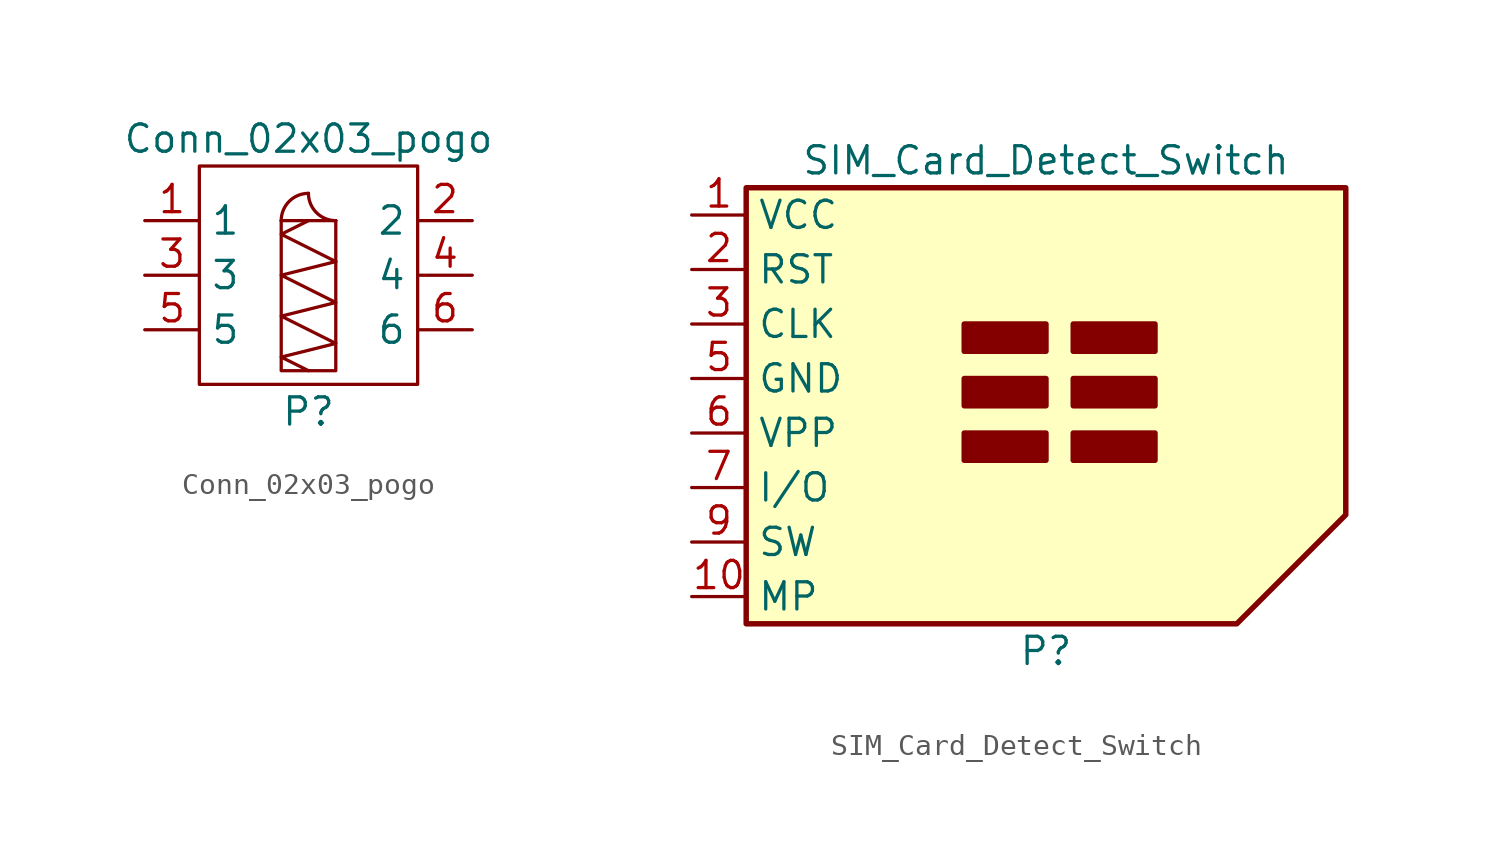
<source format=kicad_sym>
(kicad_symbol_lib
  (version 20211014)
  (generator kicad_symbol_editor)
  (symbol "Conn_02x03_pogo"
    (property "Reference" "P"
      (at 0 -6.35 0)
      (effects (font (size 1.27 1.27))))
    (property "Value" "Conn_02x03_pogo"
      (at 0 6.35 0)
      (effects (font (size 1.27 1.27))))
    (symbol "Conn_02x03_pogo_0_1"
      (rectangle (start -5.08 5.08) (end 5.08 -5.08) (stroke (width 0) (type default) (color 0 0 0 0)) (fill (type none)))
      (polyline (pts (xy -1.27 2.54) (xy 1.27 2.54)) (stroke (width 0) (type default) (color 0 0 0 0)) (fill (type none)))
      (polyline (pts (xy 1.27 0.635) (xy -1.27 1.905) (xy 0 2.54)) (stroke (width 0) (type default) (color 0 0 0 0)) (fill (type none)))
      (polyline (pts (xy -1.27 2.54) (xy -1.27 -4.445) (xy 1.27 -4.445) (xy 1.27 2.54)) (stroke (width 0) (type default) (color 0 0 0 0)) (fill (type none)))
      (polyline (pts (xy 0 -4.445) (xy -1.27 -3.81) (xy 1.27 -3.175) (xy -1.27 -1.905) (xy 1.27 -1.27) (xy -1.27 0) (xy 1.27 0.635)) (stroke (width 0) (type default) (color 0 0 0 0)) (fill (type none)))
      (arc (start 0 3.81) (mid -0.898 3.438) (end -1.27 2.54) (stroke (width 0) (type default) (color 0 0 0 0)) (fill (type none)))
      (arc (start 0 3.81) (mid -0.898 1.642) (end 1.27 2.54) (stroke (width 0) (type default) (color 0 0 0 0)) (fill (type none))))
    (symbol "Conn_02x03_pogo_1_1"
      (pin passive line (at -7.62 2.54 0) (length 2.54) (name "1" (effects (font (size 1.27 1.27)))) (number "1" (effects (font (size 1.27 1.27)))))
      (pin passive line (at 7.62 2.54 180) (length 2.54) (name "2" (effects (font (size 1.27 1.27)))) (number "2" (effects (font (size 1.27 1.27)))))
      (pin passive line (at -7.62 0 0) (length 2.54) (name "3" (effects (font (size 1.27 1.27)))) (number "3" (effects (font (size 1.27 1.27)))))
      (pin passive line (at 7.62 0 180) (length 2.54) (name "4" (effects (font (size 1.27 1.27)))) (number "4" (effects (font (size 1.27 1.27)))))
      (pin passive line (at -7.62 -2.54 0) (length 2.54) (name "5" (effects (font (size 1.27 1.27)))) (number "5" (effects (font (size 1.27 1.27)))))
      (pin passive line (at 7.62 -2.54 180) (length 2.54) (name "6" (effects (font (size 1.27 1.27)))) (number "6" (effects (font (size 1.27 1.27)))))))
  (symbol "SIM_Card_Detect_Switch"
    (property "Reference" "P"
      (at 0 -11.43 0)
      (effects (font (size 1.27 1.27))))
    (property "Value" "SIM_Card_Detect_Switch"
      (at 0 11.43 0)
      (effects (font (size 1.27 1.27))))
    (symbol "SIM_Card_Detect_Switch_0_1"
      (rectangle (start -3.81 -2.54) (end 0 -1.27) (stroke (width 0.254) (type default) (color 0 0 0 0)) (fill (type outline)))
      (rectangle (start -3.81 0) (end 0 1.27) (stroke (width 0.254) (type default) (color 0 0 0 0)) (fill (type outline)))
      (rectangle (start -3.81 2.54) (end 0 3.81) (stroke (width 0.254) (type default) (color 0 0 0 0)) (fill (type outline)))
      (polyline (pts (xy -13.97 10.16) (xy 13.97 10.16) (xy 13.97 -5.08) (xy 8.89 -10.16) (xy -13.97 -10.16) (xy -13.97 10.16)) (stroke (width 0.254) (type default) (color 0 0 0 0)) (fill (type background)))
      (rectangle (start 1.27 -1.27) (end 5.08 -2.54) (stroke (width 0.254) (type default) (color 0 0 0 0)) (fill (type outline)))
      (rectangle (start 1.27 0) (end 5.08 1.27) (stroke (width 0.254) (type default) (color 0 0 0 0)) (fill (type outline)))
      (rectangle (start 1.27 2.54) (end 5.08 3.81) (stroke (width 0.254) (type default) (color 0 0 0 0)) (fill (type outline))))
    (symbol "SIM_Card_Detect_Switch_1_1"
      (pin power_in line (at -16.51 8.89 0) (length 2.54) (name "VCC" (effects (font (size 1.27 1.27)))) (number "1" (effects (font (size 1.27 1.27)))))
      (pin input line (at -16.51 -8.89 0) (length 2.54) (name "MP" (effects (font (size 1.27 1.27)))) (number "10" (effects (font (size 1.27 1.27)))))
      (pin input line (at -16.51 -8.89 0) (length 2.54) hide (name "MP" (effects (font (size 1.27 1.27)))) (number "11" (effects (font (size 1.27 1.27)))))
      (pin input line (at -16.51 -8.89 0) (length 2.54) hide (name "MP" (effects (font (size 1.27 1.27)))) (number "12" (effects (font (size 1.27 1.27)))))
      (pin input line (at -16.51 -8.89 0) (length 2.54) hide (name "MP" (effects (font (size 1.27 1.27)))) (number "13" (effects (font (size 1.27 1.27)))))
      (pin input line (at -16.51 6.35 0) (length 2.54) (name "RST" (effects (font (size 1.27 1.27)))) (number "2" (effects (font (size 1.27 1.27)))))
      (pin input line (at -16.51 3.81 0) (length 2.54) (name "CLK" (effects (font (size 1.27 1.27)))) (number "3" (effects (font (size 1.27 1.27)))))
      (pin power_in line (at -16.51 1.27 0) (length 2.54) (name "GND" (effects (font (size 1.27 1.27)))) (number "5" (effects (font (size 1.27 1.27)))))
      (pin input line (at -16.51 -1.27 0) (length 2.54) (name "VPP" (effects (font (size 1.27 1.27)))) (number "6" (effects (font (size 1.27 1.27)))))
      (pin bidirectional line (at -16.51 -3.81 0) (length 2.54) (name "I/O" (effects (font (size 1.27 1.27)))) (number "7" (effects (font (size 1.27 1.27)))))
      (pin input line (at -16.51 -6.35 0) (length 2.54) (name "SW" (effects (font (size 1.27 1.27)))) (number "9" (effects (font (size 1.27 1.27))))))))
</source>
